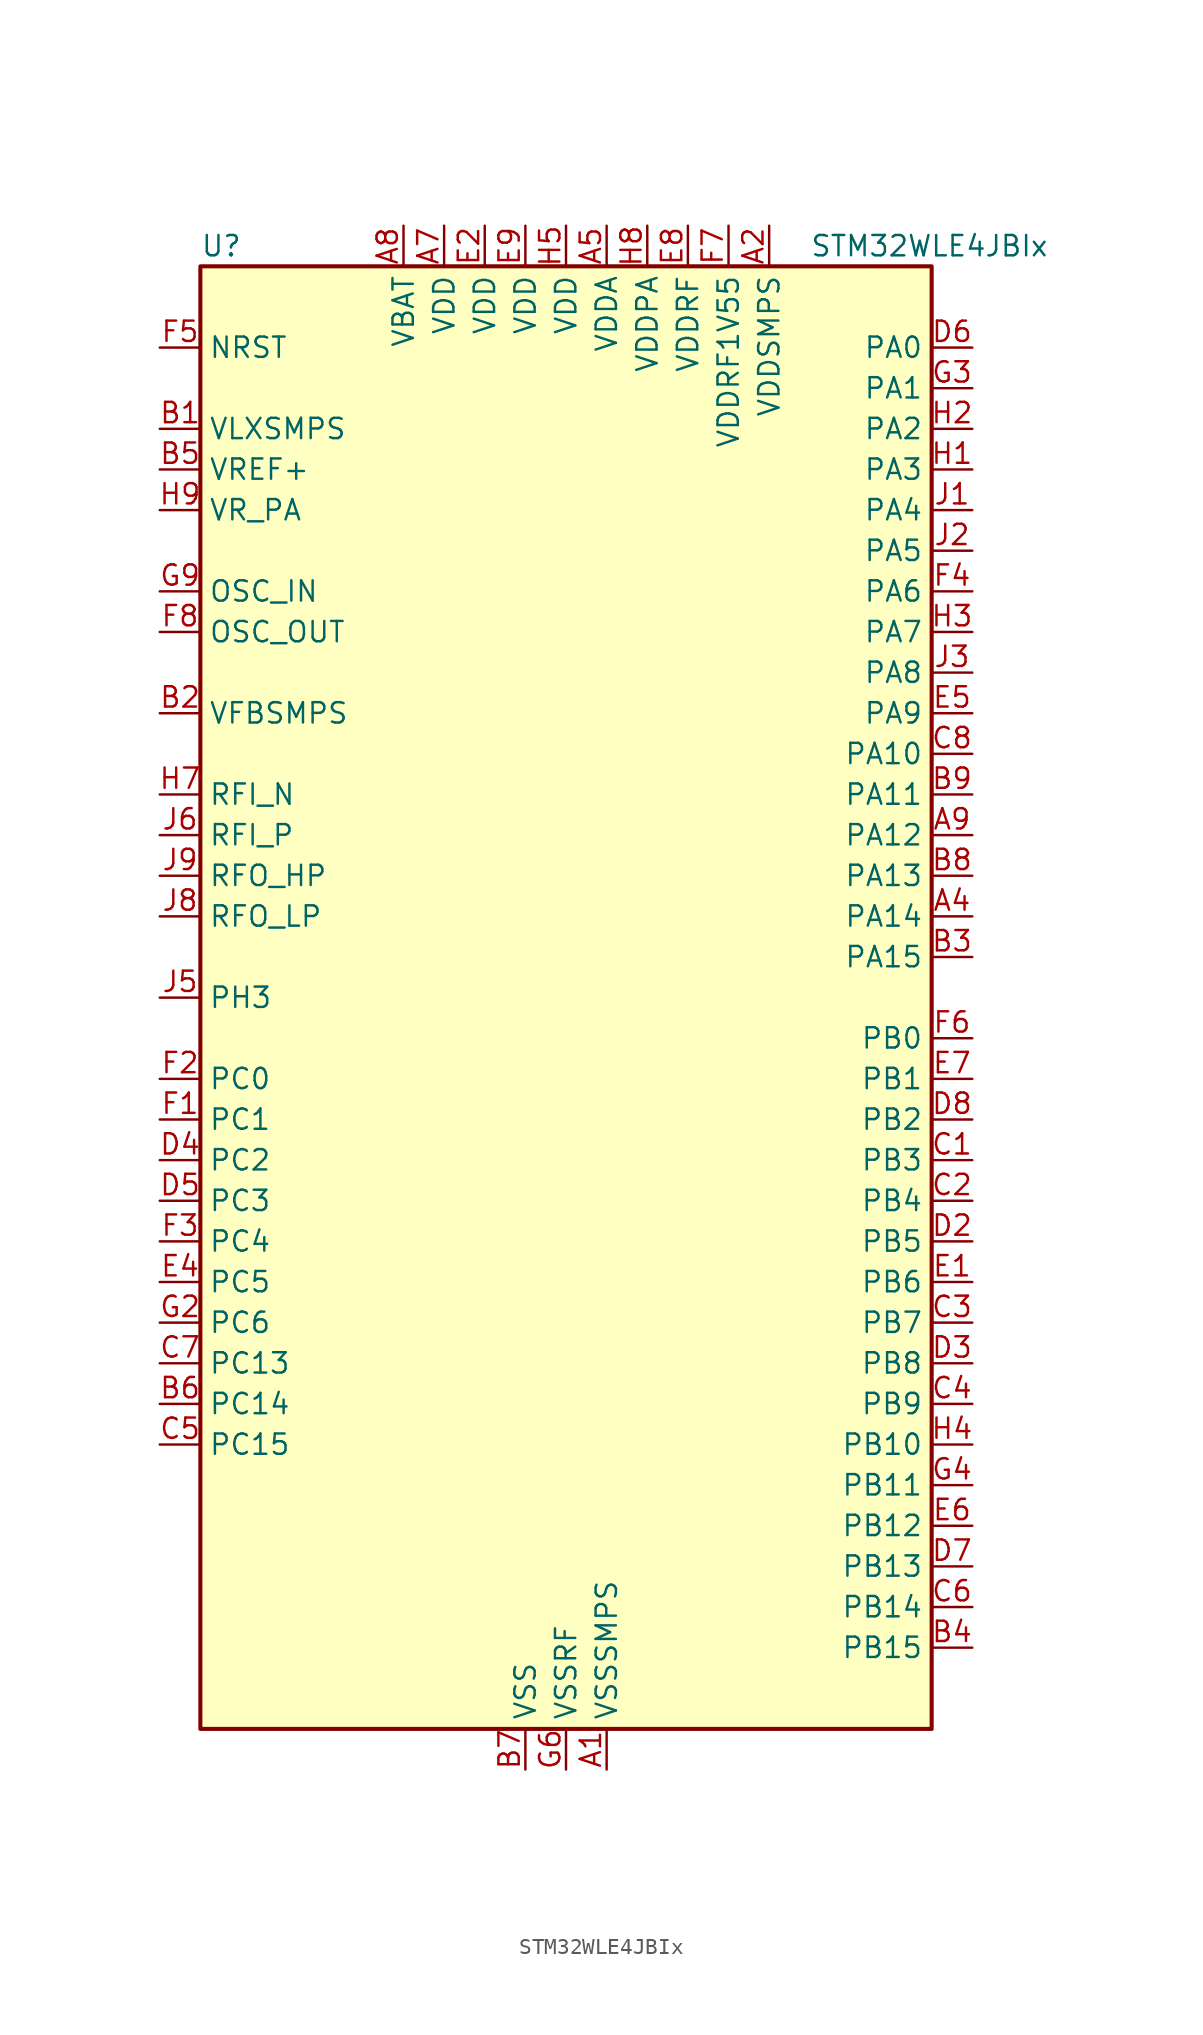
<source format=kicad_sym>
(kicad_symbol_lib
  (version 20241209)
  (generator "kicad_symbol_editor")
  (generator_version "9.0")
  (symbol "STM32WLE4JBIx"
    (property "Reference" "U"
      (at -22.86 46.99 0)
      (effects (font (size 1.27 1.27)) (justify left)))
    (property "Value" "STM32WLE4JBIx"
      (at 15.24 46.99 0)
      (effects (font (size 1.27 1.27)) (justify left)))
    (symbol "STM32WLE4JBIx_0_1"
      (rectangle (start -22.86 -45.72) (end 22.86 45.72) (stroke (width 0.254) (type default)) (fill (type background))))
    (symbol "STM32WLE4JBIx_1_1"
      (pin input line (at -25.4 40.64 0) (length 2.54) (name "NRST" (effects (font (size 1.27 1.27)))) (number "F5" (effects (font (size 1.27 1.27)))))
      (pin power_in line (at -25.4 35.56 0) (length 2.54) (name "VLXSMPS" (effects (font (size 1.27 1.27)))) (number "B1" (effects (font (size 1.27 1.27)))))
      (pin input line (at -25.4 33.02 0) (length 2.54) (name "VREF+" (effects (font (size 1.27 1.27)))) (number "B5" (effects (font (size 1.27 1.27)))) (alternate "VREFBUF_OUT" bidirectional line))
      (pin power_in line (at -25.4 30.48 0) (length 2.54) (name "VR_PA" (effects (font (size 1.27 1.27)))) (number "H9" (effects (font (size 1.27 1.27)))))
      (pin input line (at -25.4 25.4 0) (length 2.54) (name "OSC_IN" (effects (font (size 1.27 1.27)))) (number "G9" (effects (font (size 1.27 1.27)))) (alternate "RCC_OSC_IN" bidirectional line))
      (pin input line (at -25.4 22.86 0) (length 2.54) (name "OSC_OUT" (effects (font (size 1.27 1.27)))) (number "F8" (effects (font (size 1.27 1.27)))) (alternate "RCC_OSC_OUT" bidirectional line))
      (pin input line (at -25.4 17.78 0) (length 2.54) (name "VFBSMPS" (effects (font (size 1.27 1.27)))) (number "B2" (effects (font (size 1.27 1.27)))))
      (pin bidirectional line (at -25.4 12.7 0) (length 2.54) (name "RFI_N" (effects (font (size 1.27 1.27)))) (number "H7" (effects (font (size 1.27 1.27)))))
      (pin bidirectional line (at -25.4 10.16 0) (length 2.54) (name "RFI_P" (effects (font (size 1.27 1.27)))) (number "J6" (effects (font (size 1.27 1.27)))))
      (pin bidirectional line (at -25.4 7.62 0) (length 2.54) (name "RFO_HP" (effects (font (size 1.27 1.27)))) (number "J9" (effects (font (size 1.27 1.27)))))
      (pin bidirectional line (at -25.4 5.08 0) (length 2.54) (name "RFO_LP" (effects (font (size 1.27 1.27)))) (number "J8" (effects (font (size 1.27 1.27)))))
      (pin bidirectional line (at -25.4 0 0) (length 2.54) (name "PH3" (effects (font (size 1.27 1.27)))) (number "J5" (effects (font (size 1.27 1.27)))))
      (pin bidirectional line (at -25.4 -5.08 0) (length 2.54) (name "PC0" (effects (font (size 1.27 1.27)))) (number "F2" (effects (font (size 1.27 1.27)))) (alternate "I2C3_SCL" bidirectional line) (alternate "LPTIM1_IN1" bidirectional line) (alternate "LPTIM2_IN1" bidirectional line) (alternate "LPUART1_RX" bidirectional line))
      (pin bidirectional line (at -25.4 -7.62 0) (length 2.54) (name "PC1" (effects (font (size 1.27 1.27)))) (number "F1" (effects (font (size 1.27 1.27)))) (alternate "I2C3_SDA" bidirectional line) (alternate "I2S2_SD" bidirectional line) (alternate "LPTIM1_OUT" bidirectional line) (alternate "LPUART1_TX" bidirectional line) (alternate "SPI2_MOSI" bidirectional line))
      (pin bidirectional line (at -25.4 -10.16 0) (length 2.54) (name "PC2" (effects (font (size 1.27 1.27)))) (number "D4" (effects (font (size 1.27 1.27)))) (alternate "LPTIM1_IN2" bidirectional line) (alternate "SPI2_MISO" bidirectional line))
      (pin bidirectional line (at -25.4 -12.7 0) (length 2.54) (name "PC3" (effects (font (size 1.27 1.27)))) (number "D5" (effects (font (size 1.27 1.27)))) (alternate "I2S2_SD" bidirectional line) (alternate "LPTIM1_ETR" bidirectional line) (alternate "LPTIM2_ETR" bidirectional line) (alternate "SPI2_MOSI" bidirectional line))
      (pin bidirectional line (at -25.4 -15.24 0) (length 2.54) (name "PC4" (effects (font (size 1.27 1.27)))) (number "F3" (effects (font (size 1.27 1.27)))))
      (pin bidirectional line (at -25.4 -17.78 0) (length 2.54) (name "PC5" (effects (font (size 1.27 1.27)))) (number "E4" (effects (font (size 1.27 1.27)))))
      (pin bidirectional line (at -25.4 -20.32 0) (length 2.54) (name "PC6" (effects (font (size 1.27 1.27)))) (number "G2" (effects (font (size 1.27 1.27)))) (alternate "I2S2_MCK" bidirectional line))
      (pin bidirectional line (at -25.4 -22.86 0) (length 2.54) (name "PC13" (effects (font (size 1.27 1.27)))) (number "C7" (effects (font (size 1.27 1.27)))) (alternate "PWR_WKUP2" bidirectional line) (alternate "RTC_OUT1" bidirectional line) (alternate "RTC_TAMP_IN1" bidirectional line) (alternate "RTC_TS" bidirectional line))
      (pin bidirectional line (at -25.4 -25.4 0) (length 2.54) (name "PC14" (effects (font (size 1.27 1.27)))) (number "B6" (effects (font (size 1.27 1.27)))) (alternate "RCC_OSC32_IN" bidirectional line))
      (pin bidirectional line (at -25.4 -27.94 0) (length 2.54) (name "PC15" (effects (font (size 1.27 1.27)))) (number "C5" (effects (font (size 1.27 1.27)))) (alternate "RCC_OSC32_OUT" bidirectional line))
      (pin power_in line (at -10.16 48.26 270) (length 2.54) (name "VBAT" (effects (font (size 1.27 1.27)))) (number "A8" (effects (font (size 1.27 1.27)))))
      (pin power_in line (at -7.62 48.26 270) (length 2.54) (name "VDD" (effects (font (size 1.27 1.27)))) (number "A7" (effects (font (size 1.27 1.27)))))
      (pin power_in line (at -5.08 48.26 270) (length 2.54) (name "VDD" (effects (font (size 1.27 1.27)))) (number "E2" (effects (font (size 1.27 1.27)))))
      (pin power_in line (at -2.54 48.26 270) (length 2.54) (name "VDD" (effects (font (size 1.27 1.27)))) (number "E9" (effects (font (size 1.27 1.27)))))
      (pin power_in line (at -2.54 -48.26 90) (length 2.54) (name "VSS" (effects (font (size 1.27 1.27)))) (number "B7" (effects (font (size 1.27 1.27)))))
      (pin passive line (at -2.54 -48.26 90) (length 2.54) (hide yes) (name "VSS" (effects (font (size 1.27 1.27)))) (number "D9" (effects (font (size 1.27 1.27)))))
      (pin passive line (at -2.54 -48.26 90) (length 2.54) (hide yes) (name "VSS" (effects (font (size 1.27 1.27)))) (number "E3" (effects (font (size 1.27 1.27)))))
      (pin passive line (at -2.54 -48.26 90) (length 2.54) (hide yes) (name "VSS" (effects (font (size 1.27 1.27)))) (number "G5" (effects (font (size 1.27 1.27)))))
      (pin power_in line (at 0 48.26 270) (length 2.54) (name "VDD" (effects (font (size 1.27 1.27)))) (number "H5" (effects (font (size 1.27 1.27)))))
      (pin power_in line (at 0 -48.26 90) (length 2.54) (name "VSSRF" (effects (font (size 1.27 1.27)))) (number "G6" (effects (font (size 1.27 1.27)))))
      (pin passive line (at 0 -48.26 90) (length 2.54) (hide yes) (name "VSSRF" (effects (font (size 1.27 1.27)))) (number "G7" (effects (font (size 1.27 1.27)))))
      (pin passive line (at 0 -48.26 90) (length 2.54) (hide yes) (name "VSSRF" (effects (font (size 1.27 1.27)))) (number "G8" (effects (font (size 1.27 1.27)))))
      (pin passive line (at 0 -48.26 90) (length 2.54) (hide yes) (name "VSSRF" (effects (font (size 1.27 1.27)))) (number "H6" (effects (font (size 1.27 1.27)))))
      (pin power_in line (at 2.54 48.26 270) (length 2.54) (name "VDDA" (effects (font (size 1.27 1.27)))) (number "A5" (effects (font (size 1.27 1.27)))))
      (pin power_in line (at 2.54 -48.26 90) (length 2.54) (name "VSSSMPS" (effects (font (size 1.27 1.27)))) (number "A1" (effects (font (size 1.27 1.27)))))
      (pin power_in line (at 5.08 48.26 270) (length 2.54) (name "VDDPA" (effects (font (size 1.27 1.27)))) (number "H8" (effects (font (size 1.27 1.27)))))
      (pin power_in line (at 7.62 48.26 270) (length 2.54) (name "VDDRF" (effects (font (size 1.27 1.27)))) (number "E8" (effects (font (size 1.27 1.27)))))
      (pin power_in line (at 10.16 48.26 270) (length 2.54) (name "VDDRF1V55" (effects (font (size 1.27 1.27)))) (number "F7" (effects (font (size 1.27 1.27)))))
      (pin power_in line (at 12.7 48.26 270) (length 2.54) (name "VDDSMPS" (effects (font (size 1.27 1.27)))) (number "A2" (effects (font (size 1.27 1.27)))))
      (pin bidirectional line (at 25.4 40.64 180) (length 2.54) (name "PA0" (effects (font (size 1.27 1.27)))) (number "D6" (effects (font (size 1.27 1.27)))) (alternate "COMP1_OUT" bidirectional line) (alternate "DEBUG_PWR-REGLP1S" bidirectional line) (alternate "I2C3_SMBA" bidirectional line) (alternate "I2S_CKIN" bidirectional line) (alternate "PWR_WKUP1" bidirectional line) (alternate "RTC_TAMP_IN2" bidirectional line) (alternate "TIM2_CH1" bidirectional line) (alternate "TIM2_ETR" bidirectional line) (alternate "USART2_CTS" bidirectional line) (alternate "USART2_NSS" bidirectional line))
      (pin bidirectional line (at 25.4 38.1 180) (length 2.54) (name "PA1" (effects (font (size 1.27 1.27)))) (number "G3" (effects (font (size 1.27 1.27)))) (alternate "DEBUG_PWR-REGLP2S" bidirectional line) (alternate "I2C1_SMBA" bidirectional line) (alternate "LPTIM3_OUT" bidirectional line) (alternate "LPUART1_RTS" bidirectional line) (alternate "SPI1_SCK" bidirectional line) (alternate "TIM2_CH2" bidirectional line) (alternate "USART2_DE" bidirectional line) (alternate "USART2_RTS" bidirectional line))
      (pin bidirectional line (at 25.4 35.56 180) (length 2.54) (name "PA2" (effects (font (size 1.27 1.27)))) (number "H2" (effects (font (size 1.27 1.27)))) (alternate "COMP2_OUT" bidirectional line) (alternate "DEBUG_PWR-LDORDY" bidirectional line) (alternate "LPUART1_TX" bidirectional line) (alternate "RCC_LSCO" bidirectional line) (alternate "TIM2_CH3" bidirectional line) (alternate "USART2_TX" bidirectional line))
      (pin bidirectional line (at 25.4 33.02 180) (length 2.54) (name "PA3" (effects (font (size 1.27 1.27)))) (number "H1" (effects (font (size 1.27 1.27)))) (alternate "I2S2_MCK" bidirectional line) (alternate "LPUART1_RX" bidirectional line) (alternate "TIM2_CH4" bidirectional line) (alternate "USART2_RX" bidirectional line))
      (pin bidirectional line (at 25.4 30.48 180) (length 2.54) (name "PA4" (effects (font (size 1.27 1.27)))) (number "J1" (effects (font (size 1.27 1.27)))) (alternate "DEBUG_SUBGHZSPI-NSSOUT" bidirectional line) (alternate "LPTIM1_OUT" bidirectional line) (alternate "LPTIM2_OUT" bidirectional line) (alternate "RTC_OUT2" bidirectional line) (alternate "SPI1_NSS" bidirectional line) (alternate "USART2_CK" bidirectional line))
      (pin bidirectional line (at 25.4 27.94 180) (length 2.54) (name "PA5" (effects (font (size 1.27 1.27)))) (number "J2" (effects (font (size 1.27 1.27)))) (alternate "DEBUG_SUBGHZSPI-SCKOUT" bidirectional line) (alternate "LPTIM2_ETR" bidirectional line) (alternate "SPI1_SCK" bidirectional line) (alternate "SPI2_MISO" bidirectional line) (alternate "TIM2_CH1" bidirectional line) (alternate "TIM2_ETR" bidirectional line))
      (pin bidirectional line (at 25.4 25.4 180) (length 2.54) (name "PA6" (effects (font (size 1.27 1.27)))) (number "F4" (effects (font (size 1.27 1.27)))) (alternate "DEBUG_SUBGHZSPI-MISOOUT" bidirectional line) (alternate "I2C2_SMBA" bidirectional line) (alternate "LPUART1_CTS" bidirectional line) (alternate "SPI1_MISO" bidirectional line) (alternate "TIM16_CH1" bidirectional line) (alternate "TIM1_BKIN" bidirectional line))
      (pin bidirectional line (at 25.4 22.86 180) (length 2.54) (name "PA7" (effects (font (size 1.27 1.27)))) (number "H3" (effects (font (size 1.27 1.27)))) (alternate "COMP2_OUT" bidirectional line) (alternate "DEBUG_SUBGHZSPI-MOSIOUT" bidirectional line) (alternate "I2C3_SCL" bidirectional line) (alternate "SPI1_MOSI" bidirectional line) (alternate "TIM17_CH1" bidirectional line) (alternate "TIM1_CH1N" bidirectional line))
      (pin bidirectional line (at 25.4 20.32 180) (length 2.54) (name "PA8" (effects (font (size 1.27 1.27)))) (number "J3" (effects (font (size 1.27 1.27)))) (alternate "I2S2_CK" bidirectional line) (alternate "LPTIM2_OUT" bidirectional line) (alternate "RCC_MCO" bidirectional line) (alternate "SPI2_SCK" bidirectional line) (alternate "TIM1_CH1" bidirectional line) (alternate "USART1_CK" bidirectional line))
      (pin bidirectional line (at 25.4 17.78 180) (length 2.54) (name "PA9" (effects (font (size 1.27 1.27)))) (number "E5" (effects (font (size 1.27 1.27)))) (alternate "DAC_EXTI9" bidirectional line) (alternate "I2C1_SCL" bidirectional line) (alternate "I2S2_CK" bidirectional line) (alternate "I2S2_WS" bidirectional line) (alternate "SPI2_NSS" bidirectional line) (alternate "SPI2_SCK" bidirectional line) (alternate "TIM1_CH2" bidirectional line) (alternate "USART1_TX" bidirectional line))
      (pin bidirectional line (at 25.4 15.24 180) (length 2.54) (name "PA10" (effects (font (size 1.27 1.27)))) (number "C8" (effects (font (size 1.27 1.27)))) (alternate "ADC_IN6" bidirectional line) (alternate "COMP1_INM" bidirectional line) (alternate "COMP2_INM" bidirectional line) (alternate "DAC_OUT1" bidirectional line) (alternate "DEBUG_RF-HSE32RDY" bidirectional line) (alternate "I2C1_SDA" bidirectional line) (alternate "I2S2_SD" bidirectional line) (alternate "RTC_REFIN" bidirectional line) (alternate "SPI2_MOSI" bidirectional line) (alternate "TIM17_BKIN" bidirectional line) (alternate "TIM1_CH3" bidirectional line) (alternate "USART1_RX" bidirectional line))
      (pin bidirectional line (at 25.4 12.7 180) (length 2.54) (name "PA11" (effects (font (size 1.27 1.27)))) (number "B9" (effects (font (size 1.27 1.27)))) (alternate "ADC_EXTI11" bidirectional line) (alternate "ADC_IN7" bidirectional line) (alternate "COMP1_INM" bidirectional line) (alternate "COMP2_INM" bidirectional line) (alternate "DEBUG_RF-NRESET" bidirectional line) (alternate "I2C2_SDA" bidirectional line) (alternate "LPTIM3_ETR" bidirectional line) (alternate "SPI1_MISO" bidirectional line) (alternate "TIM1_BKIN2" bidirectional line) (alternate "TIM1_CH4" bidirectional line) (alternate "USART1_CTS" bidirectional line) (alternate "USART1_NSS" bidirectional line))
      (pin bidirectional line (at 25.4 10.16 180) (length 2.54) (name "PA12" (effects (font (size 1.27 1.27)))) (number "A9" (effects (font (size 1.27 1.27)))) (alternate "ADC_IN8" bidirectional line) (alternate "DEBUG_RF-BUSY" bidirectional line) (alternate "I2C2_SCL" bidirectional line) (alternate "LPTIM3_IN1" bidirectional line) (alternate "SPI1_MOSI" bidirectional line) (alternate "TIM1_ETR" bidirectional line) (alternate "USART1_DE" bidirectional line) (alternate "USART1_RTS" bidirectional line))
      (pin bidirectional line (at 25.4 7.62 180) (length 2.54) (name "PA13" (effects (font (size 1.27 1.27)))) (number "B8" (effects (font (size 1.27 1.27)))) (alternate "ADC_IN9" bidirectional line) (alternate "DEBUG_JTMS-SWDIO" bidirectional line) (alternate "I2C2_SMBA" bidirectional line) (alternate "IR_OUT" bidirectional line))
      (pin bidirectional line (at 25.4 5.08 180) (length 2.54) (name "PA14" (effects (font (size 1.27 1.27)))) (number "A4" (effects (font (size 1.27 1.27)))) (alternate "ADC_IN10" bidirectional line) (alternate "DEBUG_JTCK-SWCLK" bidirectional line) (alternate "I2C1_SMBA" bidirectional line) (alternate "LPTIM1_OUT" bidirectional line))
      (pin bidirectional line (at 25.4 2.54 180) (length 2.54) (name "PA15" (effects (font (size 1.27 1.27)))) (number "B3" (effects (font (size 1.27 1.27)))) (alternate "ADC_IN11" bidirectional line) (alternate "COMP1_INM" bidirectional line) (alternate "COMP2_INP" bidirectional line) (alternate "DEBUG_JTDI" bidirectional line) (alternate "I2C2_SDA" bidirectional line) (alternate "SPI1_NSS" bidirectional line) (alternate "TIM2_CH1" bidirectional line) (alternate "TIM2_ETR" bidirectional line))
      (pin bidirectional line (at 25.4 -2.54 180) (length 2.54) (name "PB0" (effects (font (size 1.27 1.27)))) (number "F6" (effects (font (size 1.27 1.27)))) (alternate "COMP1_OUT" bidirectional line) (alternate "VDDTCXO" bidirectional line))
      (pin bidirectional line (at 25.4 -5.08 180) (length 2.54) (name "PB1" (effects (font (size 1.27 1.27)))) (number "E7" (effects (font (size 1.27 1.27)))) (alternate "ADC_IN5" bidirectional line) (alternate "COMP2_INP" bidirectional line) (alternate "LPTIM2_IN1" bidirectional line) (alternate "LPUART1_DE" bidirectional line) (alternate "LPUART1_RTS" bidirectional line))
      (pin bidirectional line (at 25.4 -7.62 180) (length 2.54) (name "PB2" (effects (font (size 1.27 1.27)))) (number "D8" (effects (font (size 1.27 1.27)))) (alternate "ADC_IN4" bidirectional line) (alternate "COMP1_INP" bidirectional line) (alternate "COMP2_INM" bidirectional line) (alternate "DEBUG_RF-SMPSRDY" bidirectional line) (alternate "I2C3_SMBA" bidirectional line) (alternate "LPTIM1_OUT" bidirectional line) (alternate "SPI1_NSS" bidirectional line))
      (pin bidirectional line (at 25.4 -10.16 180) (length 2.54) (name "PB3" (effects (font (size 1.27 1.27)))) (number "C1" (effects (font (size 1.27 1.27)))) (alternate "ADC_IN2" bidirectional line) (alternate "COMP1_INM" bidirectional line) (alternate "COMP2_INM" bidirectional line) (alternate "DEBUG_JTDO-SWO" bidirectional line) (alternate "DEBUG_RF-DTB1" bidirectional line) (alternate "PWR_WKUP3" bidirectional line) (alternate "RTC_TAMP_IN3" bidirectional line) (alternate "SPI1_SCK" bidirectional line) (alternate "TIM2_CH2" bidirectional line) (alternate "USART1_DE" bidirectional line) (alternate "USART1_RTS" bidirectional line))
      (pin bidirectional line (at 25.4 -12.7 180) (length 2.54) (name "PB4" (effects (font (size 1.27 1.27)))) (number "C2" (effects (font (size 1.27 1.27)))) (alternate "ADC_IN3" bidirectional line) (alternate "COMP1_INP" bidirectional line) (alternate "COMP2_INP" bidirectional line) (alternate "DEBUG_JTRST" bidirectional line) (alternate "DEBUG_RF-LDORDY" bidirectional line) (alternate "I2C3_SDA" bidirectional line) (alternate "SPI1_MISO" bidirectional line) (alternate "TIM17_BKIN" bidirectional line) (alternate "USART1_CTS" bidirectional line) (alternate "USART1_NSS" bidirectional line))
      (pin bidirectional line (at 25.4 -15.24 180) (length 2.54) (name "PB5" (effects (font (size 1.27 1.27)))) (number "D2" (effects (font (size 1.27 1.27)))) (alternate "COMP2_OUT" bidirectional line) (alternate "I2C1_SMBA" bidirectional line) (alternate "LPTIM1_IN1" bidirectional line) (alternate "SPI1_MOSI" bidirectional line) (alternate "TIM16_BKIN" bidirectional line) (alternate "USART1_CK" bidirectional line))
      (pin bidirectional line (at 25.4 -17.78 180) (length 2.54) (name "PB6" (effects (font (size 1.27 1.27)))) (number "E1" (effects (font (size 1.27 1.27)))) (alternate "I2C1_SCL" bidirectional line) (alternate "LPTIM1_ETR" bidirectional line) (alternate "TIM16_CH1N" bidirectional line) (alternate "USART1_TX" bidirectional line))
      (pin bidirectional line (at 25.4 -20.32 180) (length 2.54) (name "PB7" (effects (font (size 1.27 1.27)))) (number "C3" (effects (font (size 1.27 1.27)))) (alternate "I2C1_SDA" bidirectional line) (alternate "LPTIM1_IN2" bidirectional line) (alternate "PWR_PVD_IN" bidirectional line) (alternate "TIM17_CH1N" bidirectional line) (alternate "TIM1_BKIN" bidirectional line) (alternate "USART1_RX" bidirectional line))
      (pin bidirectional line (at 25.4 -22.86 180) (length 2.54) (name "PB8" (effects (font (size 1.27 1.27)))) (number "D3" (effects (font (size 1.27 1.27)))) (alternate "I2C1_SCL" bidirectional line) (alternate "TIM16_CH1" bidirectional line) (alternate "TIM1_CH2N" bidirectional line))
      (pin bidirectional line (at 25.4 -25.4 180) (length 2.54) (name "PB9" (effects (font (size 1.27 1.27)))) (number "C4" (effects (font (size 1.27 1.27)))) (alternate "DAC_EXTI9" bidirectional line) (alternate "I2C1_SDA" bidirectional line) (alternate "I2S2_WS" bidirectional line) (alternate "IR_OUT" bidirectional line) (alternate "SPI2_NSS" bidirectional line) (alternate "TIM17_CH1" bidirectional line) (alternate "TIM1_CH3N" bidirectional line))
      (pin bidirectional line (at 25.4 -27.94 180) (length 2.54) (name "PB10" (effects (font (size 1.27 1.27)))) (number "H4" (effects (font (size 1.27 1.27)))) (alternate "COMP1_OUT" bidirectional line) (alternate "I2C3_SCL" bidirectional line) (alternate "I2S2_CK" bidirectional line) (alternate "LPUART1_RX" bidirectional line) (alternate "SPI2_SCK" bidirectional line) (alternate "TIM2_CH3" bidirectional line))
      (pin bidirectional line (at 25.4 -30.48 180) (length 2.54) (name "PB11" (effects (font (size 1.27 1.27)))) (number "G4" (effects (font (size 1.27 1.27)))) (alternate "ADC_EXTI11" bidirectional line) (alternate "COMP2_OUT" bidirectional line) (alternate "I2C3_SDA" bidirectional line) (alternate "LPUART1_TX" bidirectional line) (alternate "TIM2_CH4" bidirectional line))
      (pin bidirectional line (at 25.4 -33.02 180) (length 2.54) (name "PB12" (effects (font (size 1.27 1.27)))) (number "E6" (effects (font (size 1.27 1.27)))) (alternate "I2C3_SMBA" bidirectional line) (alternate "I2S2_WS" bidirectional line) (alternate "LPUART1_RTS" bidirectional line) (alternate "SPI2_NSS" bidirectional line) (alternate "TIM1_BKIN" bidirectional line))
      (pin bidirectional line (at 25.4 -35.56 180) (length 2.54) (name "PB13" (effects (font (size 1.27 1.27)))) (number "D7" (effects (font (size 1.27 1.27)))) (alternate "ADC_IN0" bidirectional line) (alternate "I2C3_SCL" bidirectional line) (alternate "I2S2_CK" bidirectional line) (alternate "LPUART1_CTS" bidirectional line) (alternate "SPI2_SCK" bidirectional line) (alternate "TIM1_CH1N" bidirectional line))
      (pin bidirectional line (at 25.4 -38.1 180) (length 2.54) (name "PB14" (effects (font (size 1.27 1.27)))) (number "C6" (effects (font (size 1.27 1.27)))) (alternate "ADC_IN1" bidirectional line) (alternate "I2C3_SDA" bidirectional line) (alternate "I2S2_MCK" bidirectional line) (alternate "SPI2_MISO" bidirectional line) (alternate "TIM1_CH2N" bidirectional line))
      (pin bidirectional line (at 25.4 -40.64 180) (length 2.54) (name "PB15" (effects (font (size 1.27 1.27)))) (number "B4" (effects (font (size 1.27 1.27)))) (alternate "I2C2_SCL" bidirectional line) (alternate "I2S2_SD" bidirectional line) (alternate "SPI2_MOSI" bidirectional line) (alternate "TIM1_CH3N" bidirectional line)))))
</source>
